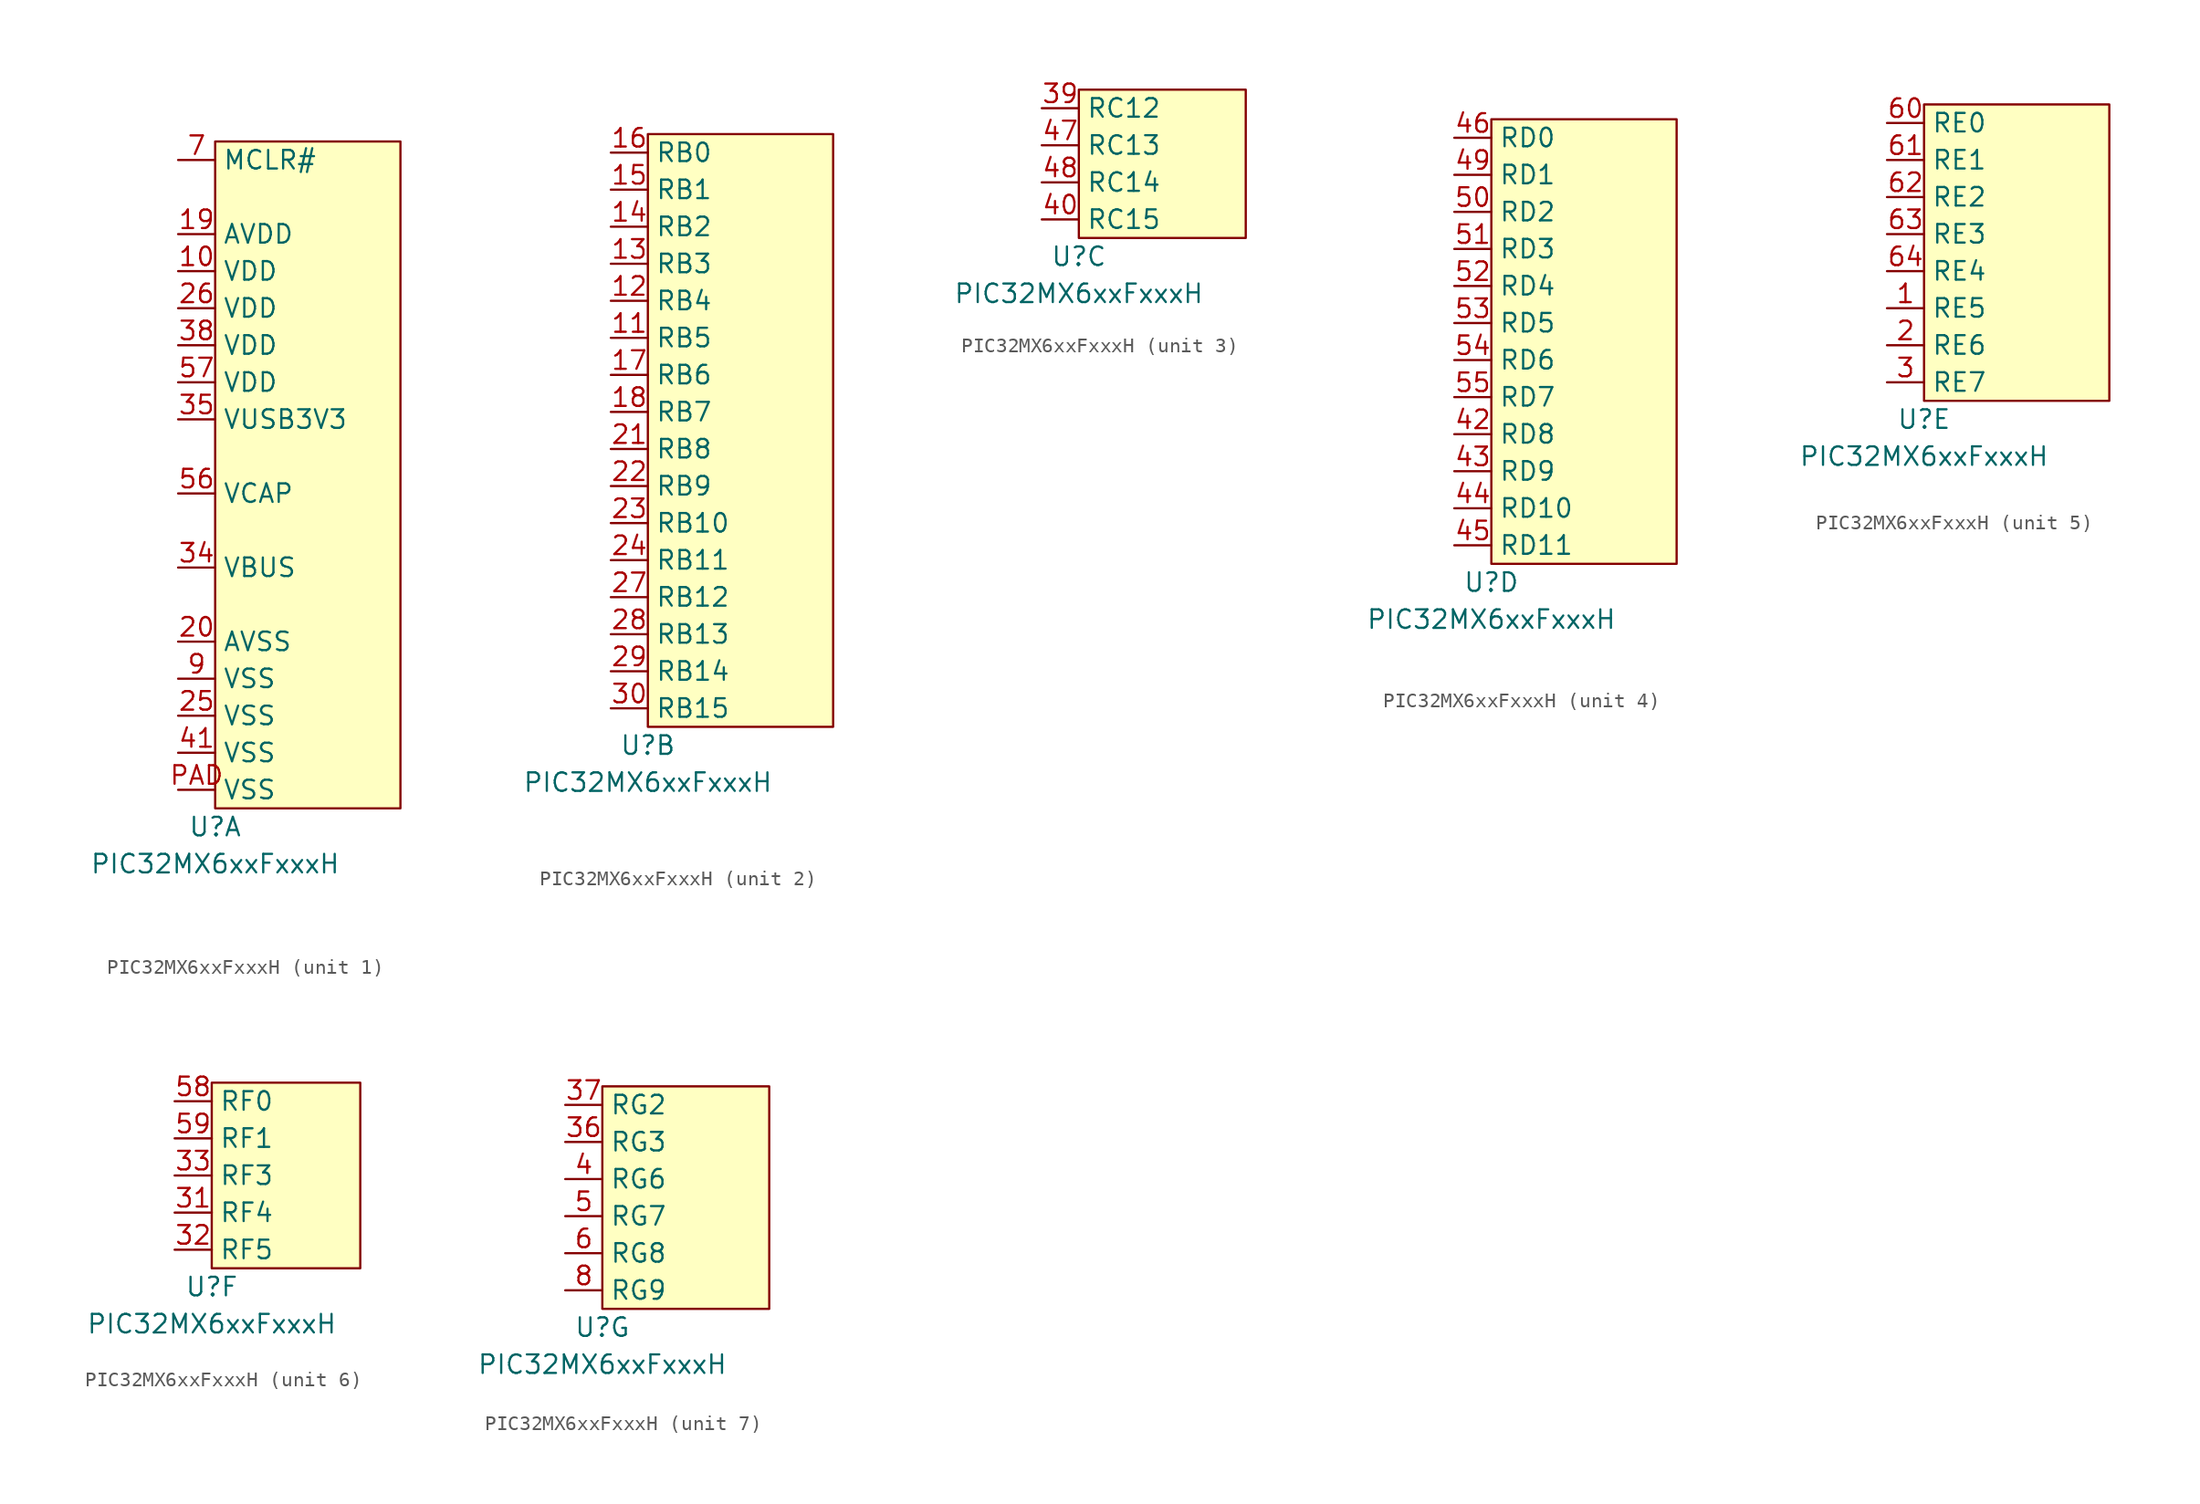
<source format=kicad_sym>
(kicad_symbol_lib
  (version 20211014)
  (generator kicad_symbol_editor)
  (symbol "PIC32MX6xxFxxxH"
    (property "Reference" "U"
      (at 0 -1.27 0)
      (effects (font (size 1.27 1.27))))
    (property "Value" "PIC32MX6xxFxxxH"
      (at 0 -3.81 0)
      (effects (font (size 1.27 1.27))))
    (property "ki_locked" ""
      (at 0 0 0)
      (effects (font (size 1.27 1.27))))
    (symbol "PIC32MX6xxFxxxH_1_1"
      (rectangle (start 0 45.72) (end 12.7 0) (stroke (width 0.152) (type default) (color 0 0 0 0)) (fill (type background)))
      (pin power_in line (at -2.54 36.83 0) (length 2.54) (name "VDD" (effects (font (size 1.27 1.27)))) (number "10" (effects (font (size 1.27 1.27)))))
      (pin power_in line (at -2.54 39.37 0) (length 2.54) (name "AVDD" (effects (font (size 1.27 1.27)))) (number "19" (effects (font (size 1.27 1.27)))))
      (pin power_in line (at -2.54 11.43 0) (length 2.54) (name "AVSS" (effects (font (size 1.27 1.27)))) (number "20" (effects (font (size 1.27 1.27)))))
      (pin power_in line (at -2.54 6.35 0) (length 2.54) (name "VSS" (effects (font (size 1.27 1.27)))) (number "25" (effects (font (size 1.27 1.27)))))
      (pin power_in line (at -2.54 34.29 0) (length 2.54) (name "VDD" (effects (font (size 1.27 1.27)))) (number "26" (effects (font (size 1.27 1.27)))))
      (pin power_in line (at -2.54 16.51 0) (length 2.54) (name "VBUS" (effects (font (size 1.27 1.27)))) (number "34" (effects (font (size 1.27 1.27)))))
      (pin power_in line (at -2.54 26.67 0) (length 2.54) (name "VUSB3V3" (effects (font (size 1.27 1.27)))) (number "35" (effects (font (size 1.27 1.27)))))
      (pin power_in line (at -2.54 31.75 0) (length 2.54) (name "VDD" (effects (font (size 1.27 1.27)))) (number "38" (effects (font (size 1.27 1.27)))))
      (pin power_in line (at -2.54 3.81 0) (length 2.54) (name "VSS" (effects (font (size 1.27 1.27)))) (number "41" (effects (font (size 1.27 1.27)))))
      (pin power_out line (at -2.54 21.59 0) (length 2.54) (name "VCAP" (effects (font (size 1.27 1.27)))) (number "56" (effects (font (size 1.27 1.27)))))
      (pin power_in line (at -2.54 29.21 0) (length 2.54) (name "VDD" (effects (font (size 1.27 1.27)))) (number "57" (effects (font (size 1.27 1.27)))))
      (pin input line (at -2.54 44.45 0) (length 2.54) (name "MCLR#" (effects (font (size 1.27 1.27)))) (number "7" (effects (font (size 1.27 1.27)))))
      (pin power_in line (at -2.54 8.89 0) (length 2.54) (name "VSS" (effects (font (size 1.27 1.27)))) (number "9" (effects (font (size 1.27 1.27)))))
      (pin power_in line (at -2.54 1.27 0) (length 2.54) (name "VSS" (effects (font (size 1.27 1.27)))) (number "PAD" (effects (font (size 1.27 1.27))))))
    (symbol "PIC32MX6xxFxxxH_2_1"
      (rectangle (start 0 40.64) (end 12.7 0) (stroke (width 0.152) (type default) (color 0 0 0 0)) (fill (type background)))
      (pin bidirectional line (at -2.54 26.67 0) (length 2.54) (name "RB5" (effects (font (size 1.27 1.27)))) (number "11" (effects (font (size 1.27 1.27)))) (alternate "AN5" input line) (alternate "C1IN+" input line) (alternate "CN7" input line) (alternate "VBUSON" output line))
      (pin bidirectional line (at -2.54 29.21 0) (length 2.54) (name "RB4" (effects (font (size 1.27 1.27)))) (number "12" (effects (font (size 1.27 1.27)))) (alternate "AN4" input line) (alternate "C1IN-" input line) (alternate "CN6" input line))
      (pin bidirectional line (at -2.54 31.75 0) (length 2.54) (name "RB3" (effects (font (size 1.27 1.27)))) (number "13" (effects (font (size 1.27 1.27)))) (alternate "AN3" input line) (alternate "C2IN+" input line) (alternate "CN5" input line))
      (pin bidirectional line (at -2.54 34.29 0) (length 2.54) (name "RB2" (effects (font (size 1.27 1.27)))) (number "14" (effects (font (size 1.27 1.27)))) (alternate "AN2" input line) (alternate "C2IN-" input line) (alternate "CN4" input line))
      (pin bidirectional line (at -2.54 36.83 0) (length 2.54) (name "RB1" (effects (font (size 1.27 1.27)))) (number "15" (effects (font (size 1.27 1.27)))) (alternate "AN1" input line) (alternate "CN3" input line) (alternate "CVREF-" input line) (alternate "PGEC1" input line) (alternate "VREF-" input line))
      (pin bidirectional line (at -2.54 39.37 0) (length 2.54) (name "RB0" (effects (font (size 1.27 1.27)))) (number "16" (effects (font (size 1.27 1.27)))) (alternate "AN0" input line) (alternate "CN2" input line) (alternate "CVREF+" input line) (alternate "PGED1" bidirectional line) (alternate "PMA6" bidirectional line) (alternate "VREF+" input line))
      (pin bidirectional line (at -2.54 24.13 0) (length 2.54) (name "RB6" (effects (font (size 1.27 1.27)))) (number "17" (effects (font (size 1.27 1.27)))) (alternate "AN6" input line) (alternate "OCFA" input line) (alternate "PGEC2" input line))
      (pin bidirectional line (at -2.54 21.59 0) (length 2.54) (name "RB7" (effects (font (size 1.27 1.27)))) (number "18" (effects (font (size 1.27 1.27)))) (alternate "AN7" input line) (alternate "PGED2" bidirectional line))
      (pin bidirectional line (at -2.54 19.05 0) (length 2.54) (name "RB8" (effects (font (size 1.27 1.27)))) (number "21" (effects (font (size 1.27 1.27)))) (alternate "AN8" input line) (alternate "C1OUT" output line) (alternate "SS4#" input line) (alternate "U2CTS" input line) (alternate "U5RX" input line))
      (pin bidirectional line (at -2.54 16.51 0) (length 2.54) (name "RB9" (effects (font (size 1.27 1.27)))) (number "22" (effects (font (size 1.27 1.27)))) (alternate "AN9" input line) (alternate "C2OUT" output line) (alternate "PMA7" bidirectional line))
      (pin bidirectional line (at -2.54 13.97 0) (length 2.54) (name "RB10" (effects (font (size 1.27 1.27)))) (number "23" (effects (font (size 1.27 1.27)))) (alternate "AN10" input line) (alternate "CVREFOUT" output line) (alternate "PMA13" bidirectional line) (alternate "TMS" input line))
      (pin bidirectional line (at -2.54 11.43 0) (length 2.54) (name "RB11" (effects (font (size 1.27 1.27)))) (number "24" (effects (font (size 1.27 1.27)))) (alternate "AN11" input line) (alternate "PMA12" bidirectional line) (alternate "TDO" output line))
      (pin bidirectional line (at -2.54 8.89 0) (length 2.54) (name "RB12" (effects (font (size 1.27 1.27)))) (number "27" (effects (font (size 1.27 1.27)))) (alternate "AN12" input line) (alternate "PMA11" bidirectional line) (alternate "TCK" input line))
      (pin bidirectional line (at -2.54 6.35 0) (length 2.54) (name "RB13" (effects (font (size 1.27 1.27)))) (number "28" (effects (font (size 1.27 1.27)))) (alternate "AN13" input line) (alternate "PMA10" bidirectional line) (alternate "TDI" input line))
      (pin bidirectional line (at -2.54 3.81 0) (length 2.54) (name "RB14" (effects (font (size 1.27 1.27)))) (number "29" (effects (font (size 1.27 1.27)))) (alternate "AN14" input line) (alternate "PMA1" bidirectional line) (alternate "PMALH" output line) (alternate "SCK4" output line) (alternate "U2RTS#" output line) (alternate "U5TX" output line))
      (pin bidirectional line (at -2.54 1.27 0) (length 2.54) (name "RB15" (effects (font (size 1.27 1.27)))) (number "30" (effects (font (size 1.27 1.27)))) (alternate "AEMDC" output line) (alternate "AN15" input line) (alternate "CN12" input line) (alternate "EMDC" output line) (alternate "OCFB" input line) (alternate "PMA0" bidirectional line) (alternate "PMALL" output line)))
    (symbol "PIC32MX6xxFxxxH_3_1"
      (rectangle (start 0 10.16) (end 11.43 0) (stroke (width 0.152) (type default) (color 0 0 0 0)) (fill (type background)))
      (pin bidirectional line (at -2.54 8.89 0) (length 2.54) (name "RC12" (effects (font (size 1.27 1.27)))) (number "39" (effects (font (size 1.27 1.27)))) (alternate "CLKI" bidirectional line) (alternate "OSC1" input line))
      (pin bidirectional line (at -2.54 1.27 0) (length 2.54) (name "RC15" (effects (font (size 1.27 1.27)))) (number "40" (effects (font (size 1.27 1.27)))) (alternate "CLKO" bidirectional line) (alternate "OSC2" input line))
      (pin bidirectional line (at -2.54 6.35 0) (length 2.54) (name "RC13" (effects (font (size 1.27 1.27)))) (number "47" (effects (font (size 1.27 1.27)))) (alternate "CN1" input line) (alternate "SOSCI" bidirectional line))
      (pin bidirectional line (at -2.54 3.81 0) (length 2.54) (name "RC14" (effects (font (size 1.27 1.27)))) (number "48" (effects (font (size 1.27 1.27)))) (alternate "CN0" input line) (alternate "SOSCO" bidirectional line) (alternate "T1CK" bidirectional line)))
    (symbol "PIC32MX6xxFxxxH_4_1"
      (rectangle (start 0 30.48) (end 12.7 0) (stroke (width 0.152) (type default) (color 0 0 0 0)) (fill (type background)))
      (pin bidirectional line (at -2.54 8.89 0) (length 2.54) (name "RD8" (effects (font (size 1.27 1.27)))) (number "42" (effects (font (size 1.27 1.27)))) (alternate "AERXD1" input line) (alternate "ETXD3" output line) (alternate "IC1" input line) (alternate "INT1" input line) (alternate "RTCC" bidirectional line))
      (pin bidirectional line (at -2.54 6.35 0) (length 2.54) (name "RD9" (effects (font (size 1.27 1.27)))) (number "43" (effects (font (size 1.27 1.27)))) (alternate "AERXD0" input line) (alternate "ETXD2" output line) (alternate "IC2" input line) (alternate "INT2" input line) (alternate "SDA1" bidirectional line) (alternate "SS3#" input line) (alternate "U1CTS#" input line) (alternate "U4RX" input line))
      (pin bidirectional line (at -2.54 3.81 0) (length 2.54) (name "RD10" (effects (font (size 1.27 1.27)))) (number "44" (effects (font (size 1.27 1.27)))) (alternate "AECRSDV" input line) (alternate "ECOL" input line) (alternate "IC3" input line) (alternate "INT3" input line) (alternate "PMA15" output line) (alternate "PMCS2" output line) (alternate "SCL1" output line))
      (pin bidirectional line (at -2.54 1.27 0) (length 2.54) (name "RD11" (effects (font (size 1.27 1.27)))) (number "45" (effects (font (size 1.27 1.27)))) (alternate "AEREFCLK" bidirectional line) (alternate "ECRS" input line) (alternate "IC4" input line) (alternate "INT4" input line) (alternate "PMA14" output line) (alternate "PMCS1" output line))
      (pin bidirectional line (at -2.54 29.21 0) (length 2.54) (name "RD0" (effects (font (size 1.27 1.27)))) (number "46" (effects (font (size 1.27 1.27)))) (alternate "INT0" input line) (alternate "OC1" input line))
      (pin bidirectional line (at -2.54 26.67 0) (length 2.54) (name "RD1" (effects (font (size 1.27 1.27)))) (number "49" (effects (font (size 1.27 1.27)))) (alternate "AEMDIO" bidirectional line) (alternate "EMDIO" bidirectional line) (alternate "OC2" input line) (alternate "SCK3" output line) (alternate "U1RTS#" output line) (alternate "U4TX" output line))
      (pin bidirectional line (at -2.54 24.13 0) (length 2.54) (name "RD2" (effects (font (size 1.27 1.27)))) (number "50" (effects (font (size 1.27 1.27)))) (alternate "OC3" input line) (alternate "SDA3" bidirectional line) (alternate "SDI3" input line) (alternate "U1RX" input line))
      (pin bidirectional line (at -2.54 21.59 0) (length 2.54) (name "RD3" (effects (font (size 1.27 1.27)))) (number "51" (effects (font (size 1.27 1.27)))) (alternate "OC4" output line) (alternate "SCL3" output line) (alternate "SDO3" output line) (alternate "U1TX" output line))
      (pin bidirectional line (at -2.54 19.05 0) (length 2.54) (name "RD4" (effects (font (size 1.27 1.27)))) (number "52" (effects (font (size 1.27 1.27)))) (alternate "CN13" input line) (alternate "IC5" input line) (alternate "OC5" output line) (alternate "PMWR" output line))
      (pin bidirectional line (at -2.54 16.51 0) (length 2.54) (name "RD5" (effects (font (size 1.27 1.27)))) (number "53" (effects (font (size 1.27 1.27)))) (alternate "CN14" input line) (alternate "PMRD" output line))
      (pin bidirectional line (at -2.54 13.97 0) (length 2.54) (name "RD6" (effects (font (size 1.27 1.27)))) (number "54" (effects (font (size 1.27 1.27)))) (alternate "AETXEN" output line) (alternate "CN15" input line) (alternate "ETXERR" output line))
      (pin bidirectional line (at -2.54 11.43 0) (length 2.54) (name "RD7" (effects (font (size 1.27 1.27)))) (number "55" (effects (font (size 1.27 1.27)))) (alternate "AERXERR" input line) (alternate "CN16" input line) (alternate "ETXCLK" output line)))
    (symbol "PIC32MX6xxFxxxH_5_1"
      (rectangle (start 0 20.32) (end 12.7 0) (stroke (width 0.152) (type default) (color 0 0 0 0)) (fill (type background)))
      (pin bidirectional line (at -2.54 6.35 0) (length 2.54) (name "RE5" (effects (font (size 1.27 1.27)))) (number "1" (effects (font (size 1.27 1.27)))) (alternate "ETXEN" output line) (alternate "PMD5" bidirectional line))
      (pin bidirectional line (at -2.54 3.81 0) (length 2.54) (name "RE6" (effects (font (size 1.27 1.27)))) (number "2" (effects (font (size 1.27 1.27)))) (alternate "ETXD0" output line) (alternate "PMD6" bidirectional line))
      (pin bidirectional line (at -2.54 1.27 0) (length 2.54) (name "RE7" (effects (font (size 1.27 1.27)))) (number "3" (effects (font (size 1.27 1.27)))) (alternate "ETXD1" output line) (alternate "PMD7" bidirectional line))
      (pin bidirectional line (at -2.54 19.05 0) (length 2.54) (name "RE0" (effects (font (size 1.27 1.27)))) (number "60" (effects (font (size 1.27 1.27)))) (alternate "ERXD1" input line) (alternate "PMD0" bidirectional line))
      (pin bidirectional line (at -2.54 16.51 0) (length 2.54) (name "RE1" (effects (font (size 1.27 1.27)))) (number "61" (effects (font (size 1.27 1.27)))) (alternate "ERXD0" input line) (alternate "PMD1" bidirectional line))
      (pin bidirectional line (at -2.54 13.97 0) (length 2.54) (name "RE2" (effects (font (size 1.27 1.27)))) (number "62" (effects (font (size 1.27 1.27)))) (alternate "ECRSDV" input line) (alternate "ERXDV" input line) (alternate "PMD2" bidirectional line))
      (pin bidirectional line (at -2.54 11.43 0) (length 2.54) (name "RE3" (effects (font (size 1.27 1.27)))) (number "63" (effects (font (size 1.27 1.27)))) (alternate "EREFCLK" input line) (alternate "ERXCLK" input line) (alternate "PMD3" bidirectional line))
      (pin bidirectional line (at -2.54 8.89 0) (length 2.54) (name "RE4" (effects (font (size 1.27 1.27)))) (number "64" (effects (font (size 1.27 1.27)))) (alternate "ERXERR" input line) (alternate "PMD4" bidirectional line)))
    (symbol "PIC32MX6xxFxxxH_6_1"
      (rectangle (start 0 12.7) (end 10.16 0) (stroke (width 0.152) (type default) (color 0 0 0 0)) (fill (type background)))
      (pin bidirectional line (at -2.54 3.81 0) (length 2.54) (name "RF4" (effects (font (size 1.27 1.27)))) (number "31" (effects (font (size 1.27 1.27)))) (alternate "CN17" input line) (alternate "PMA9" bidirectional line) (alternate "SDA5" bidirectional line) (alternate "SDI4" input line) (alternate "U2RX" input line))
      (pin bidirectional line (at -2.54 1.27 0) (length 2.54) (name "RF5" (effects (font (size 1.27 1.27)))) (number "32" (effects (font (size 1.27 1.27)))) (alternate "CN18" input line) (alternate "PMA8" bidirectional line) (alternate "SCL5" output line) (alternate "SDO4" output line) (alternate "U2TX" output line))
      (pin bidirectional line (at -2.54 6.35 0) (length 2.54) (name "RF3" (effects (font (size 1.27 1.27)))) (number "33" (effects (font (size 1.27 1.27)))) (alternate "USBID" bidirectional line))
      (pin bidirectional line (at -2.54 11.43 0) (length 2.54) (name "RF0" (effects (font (size 1.27 1.27)))) (number "58" (effects (font (size 1.27 1.27)))) (alternate "AETXEN" output line) (alternate "CN15" input line) (alternate "ETXERR" output line))
      (pin bidirectional line (at -2.54 8.89 0) (length 2.54) (name "RF1" (effects (font (size 1.27 1.27)))) (number "59" (effects (font (size 1.27 1.27)))) (alternate "AETXD0" output line) (alternate "ERXD2" input line)))
    (symbol "PIC32MX6xxFxxxH_7_1"
      (rectangle (start 0 15.24) (end 11.43 0) (stroke (width 0.152) (type default) (color 0 0 0 0)) (fill (type background)))
      (pin bidirectional line (at -2.54 11.43 0) (length 2.54) (name "RG3" (effects (font (size 1.27 1.27)))) (number "36" (effects (font (size 1.27 1.27)))) (alternate "D-" bidirectional line))
      (pin bidirectional line (at -2.54 13.97 0) (length 2.54) (name "RG2" (effects (font (size 1.27 1.27)))) (number "37" (effects (font (size 1.27 1.27)))) (alternate "D+" bidirectional line))
      (pin bidirectional line (at -2.54 8.89 0) (length 2.54) (name "RG6" (effects (font (size 1.27 1.27)))) (number "4" (effects (font (size 1.27 1.27)))) (alternate "CN8" input line) (alternate "PMA5" bidirectional line) (alternate "SCK2" output line) (alternate "U3RTS#" output line) (alternate "U6TX" output line))
      (pin bidirectional line (at -2.54 6.35 0) (length 2.54) (name "RG7" (effects (font (size 1.27 1.27)))) (number "5" (effects (font (size 1.27 1.27)))) (alternate "CN9" input line) (alternate "PMA4" bidirectional line) (alternate "SDA4" bidirectional line) (alternate "SDI2" input line) (alternate "U3RX" input line))
      (pin bidirectional line (at -2.54 3.81 0) (length 2.54) (name "RG8" (effects (font (size 1.27 1.27)))) (number "6" (effects (font (size 1.27 1.27)))) (alternate "CN10" input line) (alternate "PMA3" bidirectional line) (alternate "SCL4" output line) (alternate "SDO2" output line) (alternate "U3TX" output line))
      (pin bidirectional line (at -2.54 1.27 0) (length 2.54) (name "RG9" (effects (font (size 1.27 1.27)))) (number "8" (effects (font (size 1.27 1.27)))) (alternate "CN11" input line) (alternate "PMA2" bidirectional line) (alternate "SS2#" input line) (alternate "U3CTS#" input line) (alternate "U6RX" input line)))))
</source>
